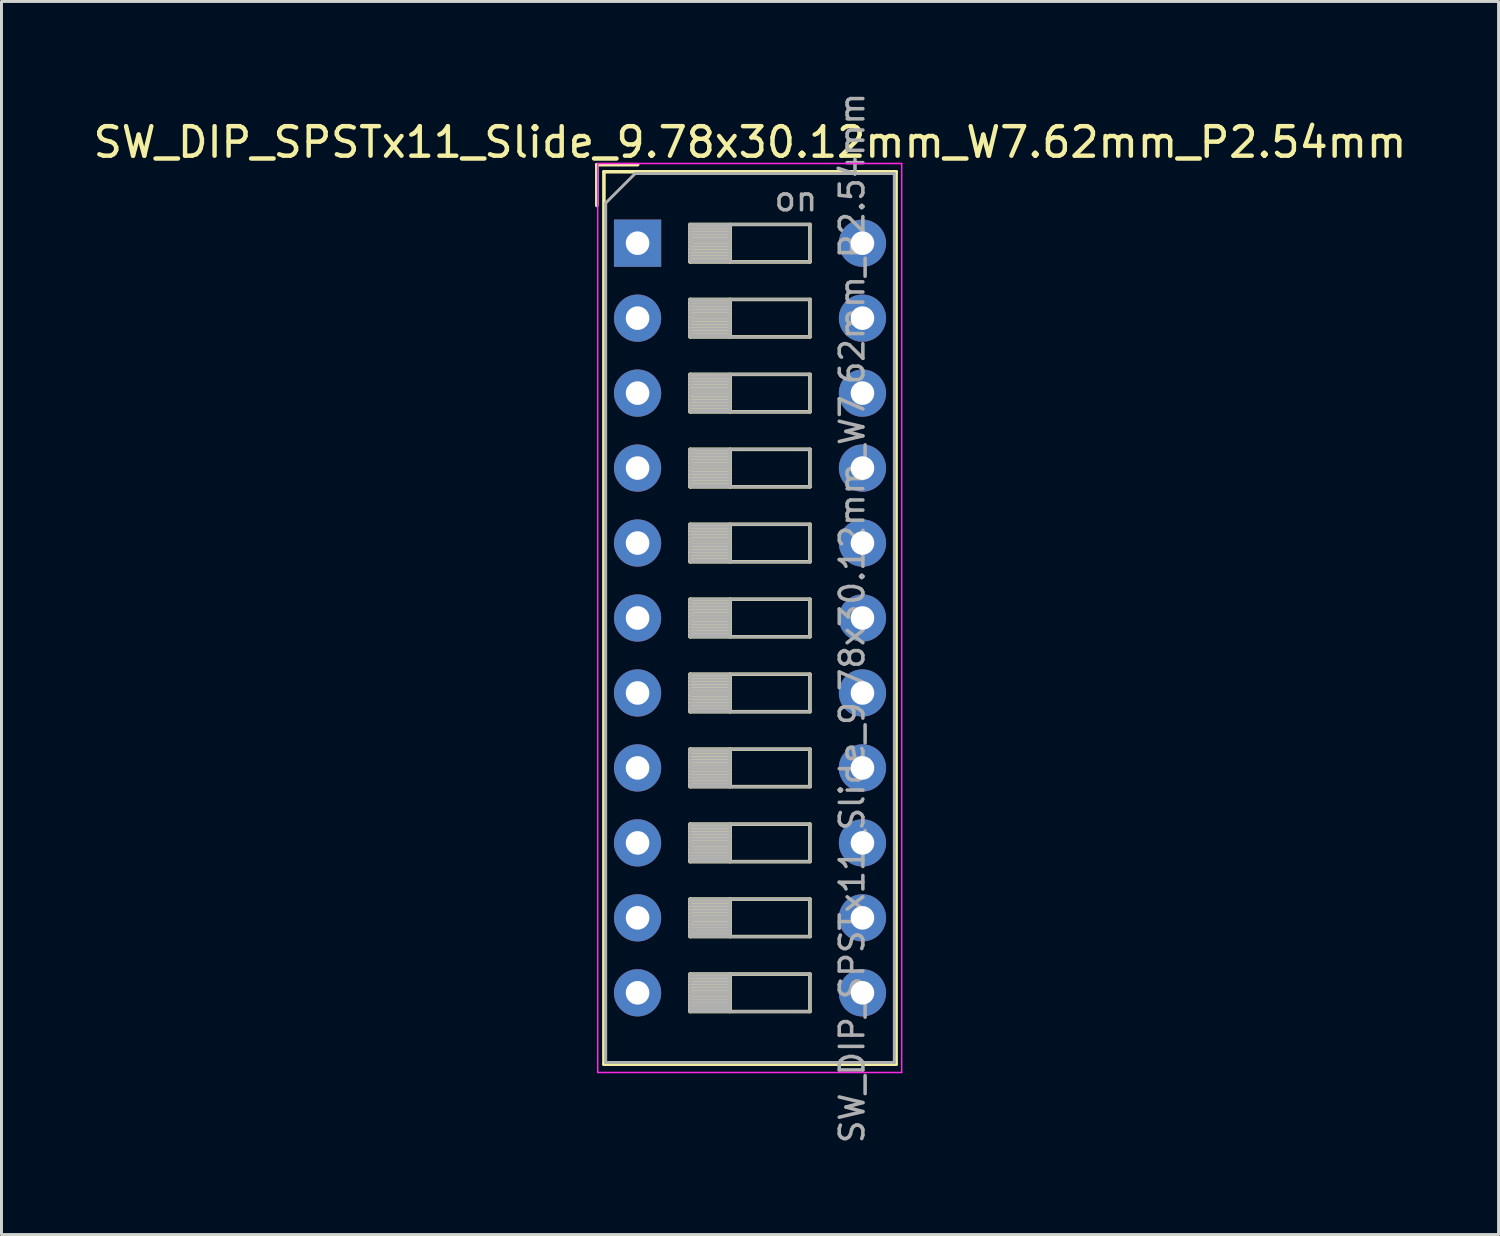
<source format=kicad_pcb>
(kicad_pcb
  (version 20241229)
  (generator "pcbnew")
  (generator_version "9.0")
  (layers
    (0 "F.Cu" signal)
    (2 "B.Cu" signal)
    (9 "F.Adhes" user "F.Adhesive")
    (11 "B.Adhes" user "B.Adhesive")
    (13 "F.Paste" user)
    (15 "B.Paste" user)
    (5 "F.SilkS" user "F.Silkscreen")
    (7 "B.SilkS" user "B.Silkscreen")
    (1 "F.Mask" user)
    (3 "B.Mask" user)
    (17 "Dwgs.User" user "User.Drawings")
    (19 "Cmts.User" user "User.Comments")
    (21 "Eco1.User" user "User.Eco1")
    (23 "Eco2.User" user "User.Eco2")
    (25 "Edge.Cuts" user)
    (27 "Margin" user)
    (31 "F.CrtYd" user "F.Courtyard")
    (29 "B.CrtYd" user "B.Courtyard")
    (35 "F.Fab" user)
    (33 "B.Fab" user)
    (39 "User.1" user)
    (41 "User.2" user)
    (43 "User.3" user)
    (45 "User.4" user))
  (footprint "SW_DIP_SPSTx11_Slide_9.78x30.12mm_W7.62mm_P2.54mm"
    (layer "F.Cu")
    (at 18.553 5.19)
    (property "Reference" "SW_DIP_SPSTx11_Slide_9.78x30.12mm_W7.62mm_P2.54mm" (at 3.81 -3.42 0) (layer "F.SilkS") (effects (font (size 1 1) (thickness 0.15))))
    (attr through_hole)
    (fp_line (start -1.38 -2.66) (end -1.38 -1.277) (stroke (width 0.12) (type solid)) (layer "F.SilkS"))
    (fp_line (start -1.38 -2.66) (end 0.004 -2.66) (stroke (width 0.12) (type solid)) (layer "F.SilkS"))
    (fp_line (start -1.14 -2.42) (end -1.14 27.82) (stroke (width 0.12) (type solid)) (layer "F.SilkS"))
    (fp_line (start -1.14 -2.42) (end 8.76 -2.42) (stroke (width 0.12) (type solid)) (layer "F.SilkS"))
    (fp_line (start -1.14 27.82) (end 8.76 27.82) (stroke (width 0.12) (type solid)) (layer "F.SilkS"))
    (fp_line (start 1.78 -0.635) (end 1.78 0.635) (stroke (width 0.12) (type solid)) (layer "F.SilkS"))
    (fp_line (start 1.78 -0.515) (end 3.133 -0.515) (stroke (width 0.12) (type solid)) (layer "F.SilkS"))
    (fp_line (start 1.78 -0.395) (end 3.133 -0.395) (stroke (width 0.12) (type solid)) (layer "F.SilkS"))
    (fp_line (start 1.78 -0.275) (end 3.133 -0.275) (stroke (width 0.12) (type solid)) (layer "F.SilkS"))
    (fp_line (start 1.78 -0.155) (end 3.133 -0.155) (stroke (width 0.12) (type solid)) (layer "F.SilkS"))
    (fp_line (start 1.78 -0.035) (end 3.133 -0.035) (stroke (width 0.12) (type solid)) (layer "F.SilkS"))
    (fp_line (start 1.78 0.085) (end 3.133 0.085) (stroke (width 0.12) (type solid)) (layer "F.SilkS"))
    (fp_line (start 1.78 0.205) (end 3.133 0.205) (stroke (width 0.12) (type solid)) (layer "F.SilkS"))
    (fp_line (start 1.78 0.325) (end 3.133 0.325) (stroke (width 0.12) (type solid)) (layer "F.SilkS"))
    (fp_line (start 1.78 0.445) (end 3.133 0.445) (stroke (width 0.12) (type solid)) (layer "F.SilkS"))
    (fp_line (start 1.78 0.565) (end 3.133 0.565) (stroke (width 0.12) (type solid)) (layer "F.SilkS"))
    (fp_line (start 1.78 0.635) (end 5.84 0.635) (stroke (width 0.12) (type solid)) (layer "F.SilkS"))
    (fp_line (start 1.78 1.905) (end 1.78 3.175) (stroke (width 0.12) (type solid)) (layer "F.SilkS"))
    (fp_line (start 1.78 2.025) (end 3.133 2.025) (stroke (width 0.12) (type solid)) (layer "F.SilkS"))
    (fp_line (start 1.78 2.145) (end 3.133 2.145) (stroke (width 0.12) (type solid)) (layer "F.SilkS"))
    (fp_line (start 1.78 2.265) (end 3.133 2.265) (stroke (width 0.12) (type solid)) (layer "F.SilkS"))
    (fp_line (start 1.78 2.385) (end 3.133 2.385) (stroke (width 0.12) (type solid)) (layer "F.SilkS"))
    (fp_line (start 1.78 2.505) (end 3.133 2.505) (stroke (width 0.12) (type solid)) (layer "F.SilkS"))
    (fp_line (start 1.78 2.625) (end 3.133 2.625) (stroke (width 0.12) (type solid)) (layer "F.SilkS"))
    (fp_line (start 1.78 2.745) (end 3.133 2.745) (stroke (width 0.12) (type solid)) (layer "F.SilkS"))
    (fp_line (start 1.78 2.865) (end 3.133 2.865) (stroke (width 0.12) (type solid)) (layer "F.SilkS"))
    (fp_line (start 1.78 2.985) (end 3.133 2.985) (stroke (width 0.12) (type solid)) (layer "F.SilkS"))
    (fp_line (start 1.78 3.105) (end 3.133 3.105) (stroke (width 0.12) (type solid)) (layer "F.SilkS"))
    (fp_line (start 1.78 3.175) (end 5.84 3.175) (stroke (width 0.12) (type solid)) (layer "F.SilkS"))
    (fp_line (start 1.78 4.445) (end 1.78 5.715) (stroke (width 0.12) (type solid)) (layer "F.SilkS"))
    (fp_line (start 1.78 4.565) (end 3.133 4.565) (stroke (width 0.12) (type solid)) (layer "F.SilkS"))
    (fp_line (start 1.78 4.685) (end 3.133 4.685) (stroke (width 0.12) (type solid)) (layer "F.SilkS"))
    (fp_line (start 1.78 4.805) (end 3.133 4.805) (stroke (width 0.12) (type solid)) (layer "F.SilkS"))
    (fp_line (start 1.78 4.925) (end 3.133 4.925) (stroke (width 0.12) (type solid)) (layer "F.SilkS"))
    (fp_line (start 1.78 5.045) (end 3.133 5.045) (stroke (width 0.12) (type solid)) (layer "F.SilkS"))
    (fp_line (start 1.78 5.165) (end 3.133 5.165) (stroke (width 0.12) (type solid)) (layer "F.SilkS"))
    (fp_line (start 1.78 5.285) (end 3.133 5.285) (stroke (width 0.12) (type solid)) (layer "F.SilkS"))
    (fp_line (start 1.78 5.405) (end 3.133 5.405) (stroke (width 0.12) (type solid)) (layer "F.SilkS"))
    (fp_line (start 1.78 5.525) (end 3.133 5.525) (stroke (width 0.12) (type solid)) (layer "F.SilkS"))
    (fp_line (start 1.78 5.645) (end 3.133 5.645) (stroke (width 0.12) (type solid)) (layer "F.SilkS"))
    (fp_line (start 1.78 5.715) (end 5.84 5.715) (stroke (width 0.12) (type solid)) (layer "F.SilkS"))
    (fp_line (start 1.78 6.985) (end 1.78 8.255) (stroke (width 0.12) (type solid)) (layer "F.SilkS"))
    (fp_line (start 1.78 7.105) (end 3.133 7.105) (stroke (width 0.12) (type solid)) (layer "F.SilkS"))
    (fp_line (start 1.78 7.225) (end 3.133 7.225) (stroke (width 0.12) (type solid)) (layer "F.SilkS"))
    (fp_line (start 1.78 7.345) (end 3.133 7.345) (stroke (width 0.12) (type solid)) (layer "F.SilkS"))
    (fp_line (start 1.78 7.465) (end 3.133 7.465) (stroke (width 0.12) (type solid)) (layer "F.SilkS"))
    (fp_line (start 1.78 7.585) (end 3.133 7.585) (stroke (width 0.12) (type solid)) (layer "F.SilkS"))
    (fp_line (start 1.78 7.705) (end 3.133 7.705) (stroke (width 0.12) (type solid)) (layer "F.SilkS"))
    (fp_line (start 1.78 7.825) (end 3.133 7.825) (stroke (width 0.12) (type solid)) (layer "F.SilkS"))
    (fp_line (start 1.78 7.945) (end 3.133 7.945) (stroke (width 0.12) (type solid)) (layer "F.SilkS"))
    (fp_line (start 1.78 8.065) (end 3.133 8.065) (stroke (width 0.12) (type solid)) (layer "F.SilkS"))
    (fp_line (start 1.78 8.185) (end 3.133 8.185) (stroke (width 0.12) (type solid)) (layer "F.SilkS"))
    (fp_line (start 1.78 8.255) (end 5.84 8.255) (stroke (width 0.12) (type solid)) (layer "F.SilkS"))
    (fp_line (start 1.78 9.525) (end 1.78 10.795) (stroke (width 0.12) (type solid)) (layer "F.SilkS"))
    (fp_line (start 1.78 9.645) (end 3.133 9.645) (stroke (width 0.12) (type solid)) (layer "F.SilkS"))
    (fp_line (start 1.78 9.765) (end 3.133 9.765) (stroke (width 0.12) (type solid)) (layer "F.SilkS"))
    (fp_line (start 1.78 9.885) (end 3.133 9.885) (stroke (width 0.12) (type solid)) (layer "F.SilkS"))
    (fp_line (start 1.78 10.005) (end 3.133 10.005) (stroke (width 0.12) (type solid)) (layer "F.SilkS"))
    (fp_line (start 1.78 10.125) (end 3.133 10.125) (stroke (width 0.12) (type solid)) (layer "F.SilkS"))
    (fp_line (start 1.78 10.245) (end 3.133 10.245) (stroke (width 0.12) (type solid)) (layer "F.SilkS"))
    (fp_line (start 1.78 10.365) (end 3.133 10.365) (stroke (width 0.12) (type solid)) (layer "F.SilkS"))
    (fp_line (start 1.78 10.485) (end 3.133 10.485) (stroke (width 0.12) (type solid)) (layer "F.SilkS"))
    (fp_line (start 1.78 10.605) (end 3.133 10.605) (stroke (width 0.12) (type solid)) (layer "F.SilkS"))
    (fp_line (start 1.78 10.725) (end 3.133 10.725) (stroke (width 0.12) (type solid)) (layer "F.SilkS"))
    (fp_line (start 1.78 10.795) (end 5.84 10.795) (stroke (width 0.12) (type solid)) (layer "F.SilkS"))
    (fp_line (start 1.78 12.065) (end 1.78 13.335) (stroke (width 0.12) (type solid)) (layer "F.SilkS"))
    (fp_line (start 1.78 12.185) (end 3.133 12.185) (stroke (width 0.12) (type solid)) (layer "F.SilkS"))
    (fp_line (start 1.78 12.305) (end 3.133 12.305) (stroke (width 0.12) (type solid)) (layer "F.SilkS"))
    (fp_line (start 1.78 12.425) (end 3.133 12.425) (stroke (width 0.12) (type solid)) (layer "F.SilkS"))
    (fp_line (start 1.78 12.545) (end 3.133 12.545) (stroke (width 0.12) (type solid)) (layer "F.SilkS"))
    (fp_line (start 1.78 12.665) (end 3.133 12.665) (stroke (width 0.12) (type solid)) (layer "F.SilkS"))
    (fp_line (start 1.78 12.785) (end 3.133 12.785) (stroke (width 0.12) (type solid)) (layer "F.SilkS"))
    (fp_line (start 1.78 12.905) (end 3.133 12.905) (stroke (width 0.12) (type solid)) (layer "F.SilkS"))
    (fp_line (start 1.78 13.025) (end 3.133 13.025) (stroke (width 0.12) (type solid)) (layer "F.SilkS"))
    (fp_line (start 1.78 13.145) (end 3.133 13.145) (stroke (width 0.12) (type solid)) (layer "F.SilkS"))
    (fp_line (start 1.78 13.265) (end 3.133 13.265) (stroke (width 0.12) (type solid)) (layer "F.SilkS"))
    (fp_line (start 1.78 13.335) (end 5.84 13.335) (stroke (width 0.12) (type solid)) (layer "F.SilkS"))
    (fp_line (start 1.78 14.605) (end 1.78 15.875) (stroke (width 0.12) (type solid)) (layer "F.SilkS"))
    (fp_line (start 1.78 14.725) (end 3.133 14.725) (stroke (width 0.12) (type solid)) (layer "F.SilkS"))
    (fp_line (start 1.78 14.845) (end 3.133 14.845) (stroke (width 0.12) (type solid)) (layer "F.SilkS"))
    (fp_line (start 1.78 14.965) (end 3.133 14.965) (stroke (width 0.12) (type solid)) (layer "F.SilkS"))
    (fp_line (start 1.78 15.085) (end 3.133 15.085) (stroke (width 0.12) (type solid)) (layer "F.SilkS"))
    (fp_line (start 1.78 15.205) (end 3.133 15.205) (stroke (width 0.12) (type solid)) (layer "F.SilkS"))
    (fp_line (start 1.78 15.325) (end 3.133 15.325) (stroke (width 0.12) (type solid)) (layer "F.SilkS"))
    (fp_line (start 1.78 15.445) (end 3.133 15.445) (stroke (width 0.12) (type solid)) (layer "F.SilkS"))
    (fp_line (start 1.78 15.565) (end 3.133 15.565) (stroke (width 0.12) (type solid)) (layer "F.SilkS"))
    (fp_line (start 1.78 15.685) (end 3.133 15.685) (stroke (width 0.12) (type solid)) (layer "F.SilkS"))
    (fp_line (start 1.78 15.805) (end 3.133 15.805) (stroke (width 0.12) (type solid)) (layer "F.SilkS"))
    (fp_line (start 1.78 15.875) (end 5.84 15.875) (stroke (width 0.12) (type solid)) (layer "F.SilkS"))
    (fp_line (start 1.78 17.145) (end 1.78 18.415) (stroke (width 0.12) (type solid)) (layer "F.SilkS"))
    (fp_line (start 1.78 17.265) (end 3.133 17.265) (stroke (width 0.12) (type solid)) (layer "F.SilkS"))
    (fp_line (start 1.78 17.385) (end 3.133 17.385) (stroke (width 0.12) (type solid)) (layer "F.SilkS"))
    (fp_line (start 1.78 17.505) (end 3.133 17.505) (stroke (width 0.12) (type solid)) (layer "F.SilkS"))
    (fp_line (start 1.78 17.625) (end 3.133 17.625) (stroke (width 0.12) (type solid)) (layer "F.SilkS"))
    (fp_line (start 1.78 17.745) (end 3.133 17.745) (stroke (width 0.12) (type solid)) (layer "F.SilkS"))
    (fp_line (start 1.78 17.865) (end 3.133 17.865) (stroke (width 0.12) (type solid)) (layer "F.SilkS"))
    (fp_line (start 1.78 17.985) (end 3.133 17.985) (stroke (width 0.12) (type solid)) (layer "F.SilkS"))
    (fp_line (start 1.78 18.105) (end 3.133 18.105) (stroke (width 0.12) (type solid)) (layer "F.SilkS"))
    (fp_line (start 1.78 18.225) (end 3.133 18.225) (stroke (width 0.12) (type solid)) (layer "F.SilkS"))
    (fp_line (start 1.78 18.345) (end 3.133 18.345) (stroke (width 0.12) (type solid)) (layer "F.SilkS"))
    (fp_line (start 1.78 18.415) (end 5.84 18.415) (stroke (width 0.12) (type solid)) (layer "F.SilkS"))
    (fp_line (start 1.78 19.685) (end 1.78 20.955) (stroke (width 0.12) (type solid)) (layer "F.SilkS"))
    (fp_line (start 1.78 19.805) (end 3.133 19.805) (stroke (width 0.12) (type solid)) (layer "F.SilkS"))
    (fp_line (start 1.78 19.925) (end 3.133 19.925) (stroke (width 0.12) (type solid)) (layer "F.SilkS"))
    (fp_line (start 1.78 20.045) (end 3.133 20.045) (stroke (width 0.12) (type solid)) (layer "F.SilkS"))
    (fp_line (start 1.78 20.165) (end 3.133 20.165) (stroke (width 0.12) (type solid)) (layer "F.SilkS"))
    (fp_line (start 1.78 20.285) (end 3.133 20.285) (stroke (width 0.12) (type solid)) (layer "F.SilkS"))
    (fp_line (start 1.78 20.405) (end 3.133 20.405) (stroke (width 0.12) (type solid)) (layer "F.SilkS"))
    (fp_line (start 1.78 20.525) (end 3.133 20.525) (stroke (width 0.12) (type solid)) (layer "F.SilkS"))
    (fp_line (start 1.78 20.645) (end 3.133 20.645) (stroke (width 0.12) (type solid)) (layer "F.SilkS"))
    (fp_line (start 1.78 20.765) (end 3.133 20.765) (stroke (width 0.12) (type solid)) (layer "F.SilkS"))
    (fp_line (start 1.78 20.885) (end 3.133 20.885) (stroke (width 0.12) (type solid)) (layer "F.SilkS"))
    (fp_line (start 1.78 20.955) (end 5.84 20.955) (stroke (width 0.12) (type solid)) (layer "F.SilkS"))
    (fp_line (start 1.78 22.225) (end 1.78 23.495) (stroke (width 0.12) (type solid)) (layer "F.SilkS"))
    (fp_line (start 1.78 22.345) (end 3.133 22.345) (stroke (width 0.12) (type solid)) (layer "F.SilkS"))
    (fp_line (start 1.78 22.465) (end 3.133 22.465) (stroke (width 0.12) (type solid)) (layer "F.SilkS"))
    (fp_line (start 1.78 22.585) (end 3.133 22.585) (stroke (width 0.12) (type solid)) (layer "F.SilkS"))
    (fp_line (start 1.78 22.705) (end 3.133 22.705) (stroke (width 0.12) (type solid)) (layer "F.SilkS"))
    (fp_line (start 1.78 22.825) (end 3.133 22.825) (stroke (width 0.12) (type solid)) (layer "F.SilkS"))
    (fp_line (start 1.78 22.945) (end 3.133 22.945) (stroke (width 0.12) (type solid)) (layer "F.SilkS"))
    (fp_line (start 1.78 23.065) (end 3.133 23.065) (stroke (width 0.12) (type solid)) (layer "F.SilkS"))
    (fp_line (start 1.78 23.185) (end 3.133 23.185) (stroke (width 0.12) (type solid)) (layer "F.SilkS"))
    (fp_line (start 1.78 23.305) (end 3.133 23.305) (stroke (width 0.12) (type solid)) (layer "F.SilkS"))
    (fp_line (start 1.78 23.425) (end 3.133 23.425) (stroke (width 0.12) (type solid)) (layer "F.SilkS"))
    (fp_line (start 1.78 23.495) (end 5.84 23.495) (stroke (width 0.12) (type solid)) (layer "F.SilkS"))
    (fp_line (start 1.78 24.765) (end 1.78 26.035) (stroke (width 0.12) (type solid)) (layer "F.SilkS"))
    (fp_line (start 1.78 24.885) (end 3.133 24.885) (stroke (width 0.12) (type solid)) (layer "F.SilkS"))
    (fp_line (start 1.78 25.005) (end 3.133 25.005) (stroke (width 0.12) (type solid)) (layer "F.SilkS"))
    (fp_line (start 1.78 25.125) (end 3.133 25.125) (stroke (width 0.12) (type solid)) (layer "F.SilkS"))
    (fp_line (start 1.78 25.245) (end 3.133 25.245) (stroke (width 0.12) (type solid)) (layer "F.SilkS"))
    (fp_line (start 1.78 25.365) (end 3.133 25.365) (stroke (width 0.12) (type solid)) (layer "F.SilkS"))
    (fp_line (start 1.78 25.485) (end 3.133 25.485) (stroke (width 0.12) (type solid)) (layer "F.SilkS"))
    (fp_line (start 1.78 25.605) (end 3.133 25.605) (stroke (width 0.12) (type solid)) (layer "F.SilkS"))
    (fp_line (start 1.78 25.725) (end 3.133 25.725) (stroke (width 0.12) (type solid)) (layer "F.SilkS"))
    (fp_line (start 1.78 25.845) (end 3.133 25.845) (stroke (width 0.12) (type solid)) (layer "F.SilkS"))
    (fp_line (start 1.78 25.965) (end 3.133 25.965) (stroke (width 0.12) (type solid)) (layer "F.SilkS"))
    (fp_line (start 1.78 26.035) (end 5.84 26.035) (stroke (width 0.12) (type solid)) (layer "F.SilkS"))
    (fp_line (start 3.133 -0.635) (end 3.133 0.635) (stroke (width 0.12) (type solid)) (layer "F.SilkS"))
    (fp_line (start 3.133 1.905) (end 3.133 3.175) (stroke (width 0.12) (type solid)) (layer "F.SilkS"))
    (fp_line (start 3.133 4.445) (end 3.133 5.715) (stroke (width 0.12) (type solid)) (layer "F.SilkS"))
    (fp_line (start 3.133 6.985) (end 3.133 8.255) (stroke (width 0.12) (type solid)) (layer "F.SilkS"))
    (fp_line (start 3.133 9.525) (end 3.133 10.795) (stroke (width 0.12) (type solid)) (layer "F.SilkS"))
    (fp_line (start 3.133 12.065) (end 3.133 13.335) (stroke (width 0.12) (type solid)) (layer "F.SilkS"))
    (fp_line (start 3.133 14.605) (end 3.133 15.875) (stroke (width 0.12) (type solid)) (layer "F.SilkS"))
    (fp_line (start 3.133 17.145) (end 3.133 18.415) (stroke (width 0.12) (type solid)) (layer "F.SilkS"))
    (fp_line (start 3.133 19.685) (end 3.133 20.955) (stroke (width 0.12) (type solid)) (layer "F.SilkS"))
    (fp_line (start 3.133 22.225) (end 3.133 23.495) (stroke (width 0.12) (type solid)) (layer "F.SilkS"))
    (fp_line (start 3.133 24.765) (end 3.133 26.035) (stroke (width 0.12) (type solid)) (layer "F.SilkS"))
    (fp_line (start 5.84 -0.635) (end 1.78 -0.635) (stroke (width 0.12) (type solid)) (layer "F.SilkS"))
    (fp_line (start 5.84 0.635) (end 5.84 -0.635) (stroke (width 0.12) (type solid)) (layer "F.SilkS"))
    (fp_line (start 5.84 1.905) (end 1.78 1.905) (stroke (width 0.12) (type solid)) (layer "F.SilkS"))
    (fp_line (start 5.84 3.175) (end 5.84 1.905) (stroke (width 0.12) (type solid)) (layer "F.SilkS"))
    (fp_line (start 5.84 4.445) (end 1.78 4.445) (stroke (width 0.12) (type solid)) (layer "F.SilkS"))
    (fp_line (start 5.84 5.715) (end 5.84 4.445) (stroke (width 0.12) (type solid)) (layer "F.SilkS"))
    (fp_line (start 5.84 6.985) (end 1.78 6.985) (stroke (width 0.12) (type solid)) (layer "F.SilkS"))
    (fp_line (start 5.84 8.255) (end 5.84 6.985) (stroke (width 0.12) (type solid)) (layer "F.SilkS"))
    (fp_line (start 5.84 9.525) (end 1.78 9.525) (stroke (width 0.12) (type solid)) (layer "F.SilkS"))
    (fp_line (start 5.84 10.795) (end 5.84 9.525) (stroke (width 0.12) (type solid)) (layer "F.SilkS"))
    (fp_line (start 5.84 12.065) (end 1.78 12.065) (stroke (width 0.12) (type solid)) (layer "F.SilkS"))
    (fp_line (start 5.84 13.335) (end 5.84 12.065) (stroke (width 0.12) (type solid)) (layer "F.SilkS"))
    (fp_line (start 5.84 14.605) (end 1.78 14.605) (stroke (width 0.12) (type solid)) (layer "F.SilkS"))
    (fp_line (start 5.84 15.875) (end 5.84 14.605) (stroke (width 0.12) (type solid)) (layer "F.SilkS"))
    (fp_line (start 5.84 17.145) (end 1.78 17.145) (stroke (width 0.12) (type solid)) (layer "F.SilkS"))
    (fp_line (start 5.84 18.415) (end 5.84 17.145) (stroke (width 0.12) (type solid)) (layer "F.SilkS"))
    (fp_line (start 5.84 19.685) (end 1.78 19.685) (stroke (width 0.12) (type solid)) (layer "F.SilkS"))
    (fp_line (start 5.84 20.955) (end 5.84 19.685) (stroke (width 0.12) (type solid)) (layer "F.SilkS"))
    (fp_line (start 5.84 22.225) (end 1.78 22.225) (stroke (width 0.12) (type solid)) (layer "F.SilkS"))
    (fp_line (start 5.84 23.495) (end 5.84 22.225) (stroke (width 0.12) (type solid)) (layer "F.SilkS"))
    (fp_line (start 5.84 24.765) (end 1.78 24.765) (stroke (width 0.12) (type solid)) (layer "F.SilkS"))
    (fp_line (start 5.84 26.035) (end 5.84 24.765) (stroke (width 0.12) (type solid)) (layer "F.SilkS"))
    (fp_line (start 8.76 -2.42) (end 8.76 27.82) (stroke (width 0.12) (type solid)) (layer "F.SilkS"))
    (fp_line (start -1.35 -2.7) (end -1.35 28.1) (stroke (width 0.05) (type solid)) (layer "F.CrtYd"))
    (fp_line (start -1.35 28.1) (end 8.95 28.1) (stroke (width 0.05) (type solid)) (layer "F.CrtYd"))
    (fp_line (start 8.95 -2.7) (end -1.35 -2.7) (stroke (width 0.05) (type solid)) (layer "F.CrtYd"))
    (fp_line (start 8.95 28.1) (end 8.95 -2.7) (stroke (width 0.05) (type solid)) (layer "F.CrtYd"))
    (fp_line (start -1.08 -1.36) (end -0.08 -2.36) (stroke (width 0.1) (type solid)) (layer "F.Fab"))
    (fp_line (start -1.08 27.76) (end -1.08 -1.36) (stroke (width 0.1) (type solid)) (layer "F.Fab"))
    (fp_line (start -0.08 -2.36) (end 8.7 -2.36) (stroke (width 0.1) (type solid)) (layer "F.Fab"))
    (fp_line (start 1.78 -0.635) (end 1.78 0.635) (stroke (width 0.1) (type solid)) (layer "F.Fab"))
    (fp_line (start 1.78 -0.535) (end 3.133 -0.535) (stroke (width 0.1) (type solid)) (layer "F.Fab"))
    (fp_line (start 1.78 -0.435) (end 3.133 -0.435) (stroke (width 0.1) (type solid)) (layer "F.Fab"))
    (fp_line (start 1.78 -0.335) (end 3.133 -0.335) (stroke (width 0.1) (type solid)) (layer "F.Fab"))
    (fp_line (start 1.78 -0.235) (end 3.133 -0.235) (stroke (width 0.1) (type solid)) (layer "F.Fab"))
    (fp_line (start 1.78 -0.135) (end 3.133 -0.135) (stroke (width 0.1) (type solid)) (layer "F.Fab"))
    (fp_line (start 1.78 -0.035) (end 3.133 -0.035) (stroke (width 0.1) (type solid)) (layer "F.Fab"))
    (fp_line (start 1.78 0.065) (end 3.133 0.065) (stroke (width 0.1) (type solid)) (layer "F.Fab"))
    (fp_line (start 1.78 0.165) (end 3.133 0.165) (stroke (width 0.1) (type solid)) (layer "F.Fab"))
    (fp_line (start 1.78 0.265) (end 3.133 0.265) (stroke (width 0.1) (type solid)) (layer "F.Fab"))
    (fp_line (start 1.78 0.365) (end 3.133 0.365) (stroke (width 0.1) (type solid)) (layer "F.Fab"))
    (fp_line (start 1.78 0.465) (end 3.133 0.465) (stroke (width 0.1) (type solid)) (layer "F.Fab"))
    (fp_line (start 1.78 0.565) (end 3.133 0.565) (stroke (width 0.1) (type solid)) (layer "F.Fab"))
    (fp_line (start 1.78 0.635) (end 5.84 0.635) (stroke (width 0.1) (type solid)) (layer "F.Fab"))
    (fp_line (start 1.78 1.905) (end 1.78 3.175) (stroke (width 0.1) (type solid)) (layer "F.Fab"))
    (fp_line (start 1.78 2.005) (end 3.133 2.005) (stroke (width 0.1) (type solid)) (layer "F.Fab"))
    (fp_line (start 1.78 2.105) (end 3.133 2.105) (stroke (width 0.1) (type solid)) (layer "F.Fab"))
    (fp_line (start 1.78 2.205) (end 3.133 2.205) (stroke (width 0.1) (type solid)) (layer "F.Fab"))
    (fp_line (start 1.78 2.305) (end 3.133 2.305) (stroke (width 0.1) (type solid)) (layer "F.Fab"))
    (fp_line (start 1.78 2.405) (end 3.133 2.405) (stroke (width 0.1) (type solid)) (layer "F.Fab"))
    (fp_line (start 1.78 2.505) (end 3.133 2.505) (stroke (width 0.1) (type solid)) (layer "F.Fab"))
    (fp_line (start 1.78 2.605) (end 3.133 2.605) (stroke (width 0.1) (type solid)) (layer "F.Fab"))
    (fp_line (start 1.78 2.705) (end 3.133 2.705) (stroke (width 0.1) (type solid)) (layer "F.Fab"))
    (fp_line (start 1.78 2.805) (end 3.133 2.805) (stroke (width 0.1) (type solid)) (layer "F.Fab"))
    (fp_line (start 1.78 2.905) (end 3.133 2.905) (stroke (width 0.1) (type solid)) (layer "F.Fab"))
    (fp_line (start 1.78 3.005) (end 3.133 3.005) (stroke (width 0.1) (type solid)) (layer "F.Fab"))
    (fp_line (start 1.78 3.105) (end 3.133 3.105) (stroke (width 0.1) (type solid)) (layer "F.Fab"))
    (fp_line (start 1.78 3.175) (end 5.84 3.175) (stroke (width 0.1) (type solid)) (layer "F.Fab"))
    (fp_line (start 1.78 4.445) (end 1.78 5.715) (stroke (width 0.1) (type solid)) (layer "F.Fab"))
    (fp_line (start 1.78 4.545) (end 3.133 4.545) (stroke (width 0.1) (type solid)) (layer "F.Fab"))
    (fp_line (start 1.78 4.645) (end 3.133 4.645) (stroke (width 0.1) (type solid)) (layer "F.Fab"))
    (fp_line (start 1.78 4.745) (end 3.133 4.745) (stroke (width 0.1) (type solid)) (layer "F.Fab"))
    (fp_line (start 1.78 4.845) (end 3.133 4.845) (stroke (width 0.1) (type solid)) (layer "F.Fab"))
    (fp_line (start 1.78 4.945) (end 3.133 4.945) (stroke (width 0.1) (type solid)) (layer "F.Fab"))
    (fp_line (start 1.78 5.045) (end 3.133 5.045) (stroke (width 0.1) (type solid)) (layer "F.Fab"))
    (fp_line (start 1.78 5.145) (end 3.133 5.145) (stroke (width 0.1) (type solid)) (layer "F.Fab"))
    (fp_line (start 1.78 5.245) (end 3.133 5.245) (stroke (width 0.1) (type solid)) (layer "F.Fab"))
    (fp_line (start 1.78 5.345) (end 3.133 5.345) (stroke (width 0.1) (type solid)) (layer "F.Fab"))
    (fp_line (start 1.78 5.445) (end 3.133 5.445) (stroke (width 0.1) (type solid)) (layer "F.Fab"))
    (fp_line (start 1.78 5.545) (end 3.133 5.545) (stroke (width 0.1) (type solid)) (layer "F.Fab"))
    (fp_line (start 1.78 5.645) (end 3.133 5.645) (stroke (width 0.1) (type solid)) (layer "F.Fab"))
    (fp_line (start 1.78 5.715) (end 5.84 5.715) (stroke (width 0.1) (type solid)) (layer "F.Fab"))
    (fp_line (start 1.78 6.985) (end 1.78 8.255) (stroke (width 0.1) (type solid)) (layer "F.Fab"))
    (fp_line (start 1.78 7.085) (end 3.133 7.085) (stroke (width 0.1) (type solid)) (layer "F.Fab"))
    (fp_line (start 1.78 7.185) (end 3.133 7.185) (stroke (width 0.1) (type solid)) (layer "F.Fab"))
    (fp_line (start 1.78 7.285) (end 3.133 7.285) (stroke (width 0.1) (type solid)) (layer "F.Fab"))
    (fp_line (start 1.78 7.385) (end 3.133 7.385) (stroke (width 0.1) (type solid)) (layer "F.Fab"))
    (fp_line (start 1.78 7.485) (end 3.133 7.485) (stroke (width 0.1) (type solid)) (layer "F.Fab"))
    (fp_line (start 1.78 7.585) (end 3.133 7.585) (stroke (width 0.1) (type solid)) (layer "F.Fab"))
    (fp_line (start 1.78 7.685) (end 3.133 7.685) (stroke (width 0.1) (type solid)) (layer "F.Fab"))
    (fp_line (start 1.78 7.785) (end 3.133 7.785) (stroke (width 0.1) (type solid)) (layer "F.Fab"))
    (fp_line (start 1.78 7.885) (end 3.133 7.885) (stroke (width 0.1) (type solid)) (layer "F.Fab"))
    (fp_line (start 1.78 7.985) (end 3.133 7.985) (stroke (width 0.1) (type solid)) (layer "F.Fab"))
    (fp_line (start 1.78 8.085) (end 3.133 8.085) (stroke (width 0.1) (type solid)) (layer "F.Fab"))
    (fp_line (start 1.78 8.185) (end 3.133 8.185) (stroke (width 0.1) (type solid)) (layer "F.Fab"))
    (fp_line (start 1.78 8.255) (end 5.84 8.255) (stroke (width 0.1) (type solid)) (layer "F.Fab"))
    (fp_line (start 1.78 9.525) (end 1.78 10.795) (stroke (width 0.1) (type solid)) (layer "F.Fab"))
    (fp_line (start 1.78 9.625) (end 3.133 9.625) (stroke (width 0.1) (type solid)) (layer "F.Fab"))
    (fp_line (start 1.78 9.725) (end 3.133 9.725) (stroke (width 0.1) (type solid)) (layer "F.Fab"))
    (fp_line (start 1.78 9.825) (end 3.133 9.825) (stroke (width 0.1) (type solid)) (layer "F.Fab"))
    (fp_line (start 1.78 9.925) (end 3.133 9.925) (stroke (width 0.1) (type solid)) (layer "F.Fab"))
    (fp_line (start 1.78 10.025) (end 3.133 10.025) (stroke (width 0.1) (type solid)) (layer "F.Fab"))
    (fp_line (start 1.78 10.125) (end 3.133 10.125) (stroke (width 0.1) (type solid)) (layer "F.Fab"))
    (fp_line (start 1.78 10.225) (end 3.133 10.225) (stroke (width 0.1) (type solid)) (layer "F.Fab"))
    (fp_line (start 1.78 10.325) (end 3.133 10.325) (stroke (width 0.1) (type solid)) (layer "F.Fab"))
    (fp_line (start 1.78 10.425) (end 3.133 10.425) (stroke (width 0.1) (type solid)) (layer "F.Fab"))
    (fp_line (start 1.78 10.525) (end 3.133 10.525) (stroke (width 0.1) (type solid)) (layer "F.Fab"))
    (fp_line (start 1.78 10.625) (end 3.133 10.625) (stroke (width 0.1) (type solid)) (layer "F.Fab"))
    (fp_line (start 1.78 10.725) (end 3.133 10.725) (stroke (width 0.1) (type solid)) (layer "F.Fab"))
    (fp_line (start 1.78 10.795) (end 5.84 10.795) (stroke (width 0.1) (type solid)) (layer "F.Fab"))
    (fp_line (start 1.78 12.065) (end 1.78 13.335) (stroke (width 0.1) (type solid)) (layer "F.Fab"))
    (fp_line (start 1.78 12.165) (end 3.133 12.165) (stroke (width 0.1) (type solid)) (layer "F.Fab"))
    (fp_line (start 1.78 12.265) (end 3.133 12.265) (stroke (width 0.1) (type solid)) (layer "F.Fab"))
    (fp_line (start 1.78 12.365) (end 3.133 12.365) (stroke (width 0.1) (type solid)) (layer "F.Fab"))
    (fp_line (start 1.78 12.465) (end 3.133 12.465) (stroke (width 0.1) (type solid)) (layer "F.Fab"))
    (fp_line (start 1.78 12.565) (end 3.133 12.565) (stroke (width 0.1) (type solid)) (layer "F.Fab"))
    (fp_line (start 1.78 12.665) (end 3.133 12.665) (stroke (width 0.1) (type solid)) (layer "F.Fab"))
    (fp_line (start 1.78 12.765) (end 3.133 12.765) (stroke (width 0.1) (type solid)) (layer "F.Fab"))
    (fp_line (start 1.78 12.865) (end 3.133 12.865) (stroke (width 0.1) (type solid)) (layer "F.Fab"))
    (fp_line (start 1.78 12.965) (end 3.133 12.965) (stroke (width 0.1) (type solid)) (layer "F.Fab"))
    (fp_line (start 1.78 13.065) (end 3.133 13.065) (stroke (width 0.1) (type solid)) (layer "F.Fab"))
    (fp_line (start 1.78 13.165) (end 3.133 13.165) (stroke (width 0.1) (type solid)) (layer "F.Fab"))
    (fp_line (start 1.78 13.265) (end 3.133 13.265) (stroke (width 0.1) (type solid)) (layer "F.Fab"))
    (fp_line (start 1.78 13.335) (end 5.84 13.335) (stroke (width 0.1) (type solid)) (layer "F.Fab"))
    (fp_line (start 1.78 14.605) (end 1.78 15.875) (stroke (width 0.1) (type solid)) (layer "F.Fab"))
    (fp_line (start 1.78 14.705) (end 3.133 14.705) (stroke (width 0.1) (type solid)) (layer "F.Fab"))
    (fp_line (start 1.78 14.805) (end 3.133 14.805) (stroke (width 0.1) (type solid)) (layer "F.Fab"))
    (fp_line (start 1.78 14.905) (end 3.133 14.905) (stroke (width 0.1) (type solid)) (layer "F.Fab"))
    (fp_line (start 1.78 15.005) (end 3.133 15.005) (stroke (width 0.1) (type solid)) (layer "F.Fab"))
    (fp_line (start 1.78 15.105) (end 3.133 15.105) (stroke (width 0.1) (type solid)) (layer "F.Fab"))
    (fp_line (start 1.78 15.205) (end 3.133 15.205) (stroke (width 0.1) (type solid)) (layer "F.Fab"))
    (fp_line (start 1.78 15.305) (end 3.133 15.305) (stroke (width 0.1) (type solid)) (layer "F.Fab"))
    (fp_line (start 1.78 15.405) (end 3.133 15.405) (stroke (width 0.1) (type solid)) (layer "F.Fab"))
    (fp_line (start 1.78 15.505) (end 3.133 15.505) (stroke (width 0.1) (type solid)) (layer "F.Fab"))
    (fp_line (start 1.78 15.605) (end 3.133 15.605) (stroke (width 0.1) (type solid)) (layer "F.Fab"))
    (fp_line (start 1.78 15.705) (end 3.133 15.705) (stroke (width 0.1) (type solid)) (layer "F.Fab"))
    (fp_line (start 1.78 15.805) (end 3.133 15.805) (stroke (width 0.1) (type solid)) (layer "F.Fab"))
    (fp_line (start 1.78 15.875) (end 5.84 15.875) (stroke (width 0.1) (type solid)) (layer "F.Fab"))
    (fp_line (start 1.78 17.145) (end 1.78 18.415) (stroke (width 0.1) (type solid)) (layer "F.Fab"))
    (fp_line (start 1.78 17.245) (end 3.133 17.245) (stroke (width 0.1) (type solid)) (layer "F.Fab"))
    (fp_line (start 1.78 17.345) (end 3.133 17.345) (stroke (width 0.1) (type solid)) (layer "F.Fab"))
    (fp_line (start 1.78 17.445) (end 3.133 17.445) (stroke (width 0.1) (type solid)) (layer "F.Fab"))
    (fp_line (start 1.78 17.545) (end 3.133 17.545) (stroke (width 0.1) (type solid)) (layer "F.Fab"))
    (fp_line (start 1.78 17.645) (end 3.133 17.645) (stroke (width 0.1) (type solid)) (layer "F.Fab"))
    (fp_line (start 1.78 17.745) (end 3.133 17.745) (stroke (width 0.1) (type solid)) (layer "F.Fab"))
    (fp_line (start 1.78 17.845) (end 3.133 17.845) (stroke (width 0.1) (type solid)) (layer "F.Fab"))
    (fp_line (start 1.78 17.945) (end 3.133 17.945) (stroke (width 0.1) (type solid)) (layer "F.Fab"))
    (fp_line (start 1.78 18.045) (end 3.133 18.045) (stroke (width 0.1) (type solid)) (layer "F.Fab"))
    (fp_line (start 1.78 18.145) (end 3.133 18.145) (stroke (width 0.1) (type solid)) (layer "F.Fab"))
    (fp_line (start 1.78 18.245) (end 3.133 18.245) (stroke (width 0.1) (type solid)) (layer "F.Fab"))
    (fp_line (start 1.78 18.345) (end 3.133 18.345) (stroke (width 0.1) (type solid)) (layer "F.Fab"))
    (fp_line (start 1.78 18.415) (end 5.84 18.415) (stroke (width 0.1) (type solid)) (layer "F.Fab"))
    (fp_line (start 1.78 19.685) (end 1.78 20.955) (stroke (width 0.1) (type solid)) (layer "F.Fab"))
    (fp_line (start 1.78 19.785) (end 3.133 19.785) (stroke (width 0.1) (type solid)) (layer "F.Fab"))
    (fp_line (start 1.78 19.885) (end 3.133 19.885) (stroke (width 0.1) (type solid)) (layer "F.Fab"))
    (fp_line (start 1.78 19.985) (end 3.133 19.985) (stroke (width 0.1) (type solid)) (layer "F.Fab"))
    (fp_line (start 1.78 20.085) (end 3.133 20.085) (stroke (width 0.1) (type solid)) (layer "F.Fab"))
    (fp_line (start 1.78 20.185) (end 3.133 20.185) (stroke (width 0.1) (type solid)) (layer "F.Fab"))
    (fp_line (start 1.78 20.285) (end 3.133 20.285) (stroke (width 0.1) (type solid)) (layer "F.Fab"))
    (fp_line (start 1.78 20.385) (end 3.133 20.385) (stroke (width 0.1) (type solid)) (layer "F.Fab"))
    (fp_line (start 1.78 20.485) (end 3.133 20.485) (stroke (width 0.1) (type solid)) (layer "F.Fab"))
    (fp_line (start 1.78 20.585) (end 3.133 20.585) (stroke (width 0.1) (type solid)) (layer "F.Fab"))
    (fp_line (start 1.78 20.685) (end 3.133 20.685) (stroke (width 0.1) (type solid)) (layer "F.Fab"))
    (fp_line (start 1.78 20.785) (end 3.133 20.785) (stroke (width 0.1) (type solid)) (layer "F.Fab"))
    (fp_line (start 1.78 20.885) (end 3.133 20.885) (stroke (width 0.1) (type solid)) (layer "F.Fab"))
    (fp_line (start 1.78 20.955) (end 5.84 20.955) (stroke (width 0.1) (type solid)) (layer "F.Fab"))
    (fp_line (start 1.78 22.225) (end 1.78 23.495) (stroke (width 0.1) (type solid)) (layer "F.Fab"))
    (fp_line (start 1.78 22.325) (end 3.133 22.325) (stroke (width 0.1) (type solid)) (layer "F.Fab"))
    (fp_line (start 1.78 22.425) (end 3.133 22.425) (stroke (width 0.1) (type solid)) (layer "F.Fab"))
    (fp_line (start 1.78 22.525) (end 3.133 22.525) (stroke (width 0.1) (type solid)) (layer "F.Fab"))
    (fp_line (start 1.78 22.625) (end 3.133 22.625) (stroke (width 0.1) (type solid)) (layer "F.Fab"))
    (fp_line (start 1.78 22.725) (end 3.133 22.725) (stroke (width 0.1) (type solid)) (layer "F.Fab"))
    (fp_line (start 1.78 22.825) (end 3.133 22.825) (stroke (width 0.1) (type solid)) (layer "F.Fab"))
    (fp_line (start 1.78 22.925) (end 3.133 22.925) (stroke (width 0.1) (type solid)) (layer "F.Fab"))
    (fp_line (start 1.78 23.025) (end 3.133 23.025) (stroke (width 0.1) (type solid)) (layer "F.Fab"))
    (fp_line (start 1.78 23.125) (end 3.133 23.125) (stroke (width 0.1) (type solid)) (layer "F.Fab"))
    (fp_line (start 1.78 23.225) (end 3.133 23.225) (stroke (width 0.1) (type solid)) (layer "F.Fab"))
    (fp_line (start 1.78 23.325) (end 3.133 23.325) (stroke (width 0.1) (type solid)) (layer "F.Fab"))
    (fp_line (start 1.78 23.425) (end 3.133 23.425) (stroke (width 0.1) (type solid)) (layer "F.Fab"))
    (fp_line (start 1.78 23.495) (end 5.84 23.495) (stroke (width 0.1) (type solid)) (layer "F.Fab"))
    (fp_line (start 1.78 24.765) (end 1.78 26.035) (stroke (width 0.1) (type solid)) (layer "F.Fab"))
    (fp_line (start 1.78 24.865) (end 3.133 24.865) (stroke (width 0.1) (type solid)) (layer "F.Fab"))
    (fp_line (start 1.78 24.965) (end 3.133 24.965) (stroke (width 0.1) (type solid)) (layer "F.Fab"))
    (fp_line (start 1.78 25.065) (end 3.133 25.065) (stroke (width 0.1) (type solid)) (layer "F.Fab"))
    (fp_line (start 1.78 25.165) (end 3.133 25.165) (stroke (width 0.1) (type solid)) (layer "F.Fab"))
    (fp_line (start 1.78 25.265) (end 3.133 25.265) (stroke (width 0.1) (type solid)) (layer "F.Fab"))
    (fp_line (start 1.78 25.365) (end 3.133 25.365) (stroke (width 0.1) (type solid)) (layer "F.Fab"))
    (fp_line (start 1.78 25.465) (end 3.133 25.465) (stroke (width 0.1) (type solid)) (layer "F.Fab"))
    (fp_line (start 1.78 25.565) (end 3.133 25.565) (stroke (width 0.1) (type solid)) (layer "F.Fab"))
    (fp_line (start 1.78 25.665) (end 3.133 25.665) (stroke (width 0.1) (type solid)) (layer "F.Fab"))
    (fp_line (start 1.78 25.765) (end 3.133 25.765) (stroke (width 0.1) (type solid)) (layer "F.Fab"))
    (fp_line (start 1.78 25.865) (end 3.133 25.865) (stroke (width 0.1) (type solid)) (layer "F.Fab"))
    (fp_line (start 1.78 25.965) (end 3.133 25.965) (stroke (width 0.1) (type solid)) (layer "F.Fab"))
    (fp_line (start 1.78 26.035) (end 5.84 26.035) (stroke (width 0.1) (type solid)) (layer "F.Fab"))
    (fp_line (start 3.133 -0.635) (end 3.133 0.635) (stroke (width 0.1) (type solid)) (layer "F.Fab"))
    (fp_line (start 3.133 1.905) (end 3.133 3.175) (stroke (width 0.1) (type solid)) (layer "F.Fab"))
    (fp_line (start 3.133 4.445) (end 3.133 5.715) (stroke (width 0.1) (type solid)) (layer "F.Fab"))
    (fp_line (start 3.133 6.985) (end 3.133 8.255) (stroke (width 0.1) (type solid)) (layer "F.Fab"))
    (fp_line (start 3.133 9.525) (end 3.133 10.795) (stroke (width 0.1) (type solid)) (layer "F.Fab"))
    (fp_line (start 3.133 12.065) (end 3.133 13.335) (stroke (width 0.1) (type solid)) (layer "F.Fab"))
    (fp_line (start 3.133 14.605) (end 3.133 15.875) (stroke (width 0.1) (type solid)) (layer "F.Fab"))
    (fp_line (start 3.133 17.145) (end 3.133 18.415) (stroke (width 0.1) (type solid)) (layer "F.Fab"))
    (fp_line (start 3.133 19.685) (end 3.133 20.955) (stroke (width 0.1) (type solid)) (layer "F.Fab"))
    (fp_line (start 3.133 22.225) (end 3.133 23.495) (stroke (width 0.1) (type solid)) (layer "F.Fab"))
    (fp_line (start 3.133 24.765) (end 3.133 26.035) (stroke (width 0.1) (type solid)) (layer "F.Fab"))
    (fp_line (start 5.84 -0.635) (end 1.78 -0.635) (stroke (width 0.1) (type solid)) (layer "F.Fab"))
    (fp_line (start 5.84 0.635) (end 5.84 -0.635) (stroke (width 0.1) (type solid)) (layer "F.Fab"))
    (fp_line (start 5.84 1.905) (end 1.78 1.905) (stroke (width 0.1) (type solid)) (layer "F.Fab"))
    (fp_line (start 5.84 3.175) (end 5.84 1.905) (stroke (width 0.1) (type solid)) (layer "F.Fab"))
    (fp_line (start 5.84 4.445) (end 1.78 4.445) (stroke (width 0.1) (type solid)) (layer "F.Fab"))
    (fp_line (start 5.84 5.715) (end 5.84 4.445) (stroke (width 0.1) (type solid)) (layer "F.Fab"))
    (fp_line (start 5.84 6.985) (end 1.78 6.985) (stroke (width 0.1) (type solid)) (layer "F.Fab"))
    (fp_line (start 5.84 8.255) (end 5.84 6.985) (stroke (width 0.1) (type solid)) (layer "F.Fab"))
    (fp_line (start 5.84 9.525) (end 1.78 9.525) (stroke (width 0.1) (type solid)) (layer "F.Fab"))
    (fp_line (start 5.84 10.795) (end 5.84 9.525) (stroke (width 0.1) (type solid)) (layer "F.Fab"))
    (fp_line (start 5.84 12.065) (end 1.78 12.065) (stroke (width 0.1) (type solid)) (layer "F.Fab"))
    (fp_line (start 5.84 13.335) (end 5.84 12.065) (stroke (width 0.1) (type solid)) (layer "F.Fab"))
    (fp_line (start 5.84 14.605) (end 1.78 14.605) (stroke (width 0.1) (type solid)) (layer "F.Fab"))
    (fp_line (start 5.84 15.875) (end 5.84 14.605) (stroke (width 0.1) (type solid)) (layer "F.Fab"))
    (fp_line (start 5.84 17.145) (end 1.78 17.145) (stroke (width 0.1) (type solid)) (layer "F.Fab"))
    (fp_line (start 5.84 18.415) (end 5.84 17.145) (stroke (width 0.1) (type solid)) (layer "F.Fab"))
    (fp_line (start 5.84 19.685) (end 1.78 19.685) (stroke (width 0.1) (type solid)) (layer "F.Fab"))
    (fp_line (start 5.84 20.955) (end 5.84 19.685) (stroke (width 0.1) (type solid)) (layer "F.Fab"))
    (fp_line (start 5.84 22.225) (end 1.78 22.225) (stroke (width 0.1) (type solid)) (layer "F.Fab"))
    (fp_line (start 5.84 23.495) (end 5.84 22.225) (stroke (width 0.1) (type solid)) (layer "F.Fab"))
    (fp_line (start 5.84 24.765) (end 1.78 24.765) (stroke (width 0.1) (type solid)) (layer "F.Fab"))
    (fp_line (start 5.84 26.035) (end 5.84 24.765) (stroke (width 0.1) (type solid)) (layer "F.Fab"))
    (fp_line (start 8.7 -2.36) (end 8.7 27.76) (stroke (width 0.1) (type solid)) (layer "F.Fab"))
    (fp_line (start 8.7 27.76) (end -1.08 27.76) (stroke (width 0.1) (type solid)) (layer "F.Fab"))
    (fp_text user "${REFERENCE}" (at 7.27 12.7 90) (layer "F.Fab") (effects (font (size 0.8 0.8) (thickness 0.12))))
    (fp_text user "on" (at 5.365 -1.498 0) (layer "F.Fab") (effects (font (size 0.8 0.8) (thickness 0.12))))
    (pad "1" thru_hole rect (at 0 0) (size 1.6 1.6) (drill 0.8) (layers "*.Cu" "*.Mask"))
    (pad "2" thru_hole oval (at 0 2.54) (size 1.6 1.6) (drill 0.8) (layers "*.Cu" "*.Mask"))
    (pad "3" thru_hole oval (at 0 5.08) (size 1.6 1.6) (drill 0.8) (layers "*.Cu" "*.Mask"))
    (pad "4" thru_hole oval (at 0 7.62) (size 1.6 1.6) (drill 0.8) (layers "*.Cu" "*.Mask"))
    (pad "5" thru_hole oval (at 0 10.16) (size 1.6 1.6) (drill 0.8) (layers "*.Cu" "*.Mask"))
    (pad "6" thru_hole oval (at 0 12.7) (size 1.6 1.6) (drill 0.8) (layers "*.Cu" "*.Mask"))
    (pad "7" thru_hole oval (at 0 15.24) (size 1.6 1.6) (drill 0.8) (layers "*.Cu" "*.Mask"))
    (pad "8" thru_hole oval (at 0 17.78) (size 1.6 1.6) (drill 0.8) (layers "*.Cu" "*.Mask"))
    (pad "9" thru_hole oval (at 0 20.32) (size 1.6 1.6) (drill 0.8) (layers "*.Cu" "*.Mask"))
    (pad "10" thru_hole oval (at 0 22.86) (size 1.6 1.6) (drill 0.8) (layers "*.Cu" "*.Mask"))
    (pad "11" thru_hole oval (at 0 25.4) (size 1.6 1.6) (drill 0.8) (layers "*.Cu" "*.Mask"))
    (pad "12" thru_hole oval (at 7.62 25.4) (size 1.6 1.6) (drill 0.8) (layers "*.Cu" "*.Mask"))
    (pad "13" thru_hole oval (at 7.62 22.86) (size 1.6 1.6) (drill 0.8) (layers "*.Cu" "*.Mask"))
    (pad "14" thru_hole oval (at 7.62 20.32) (size 1.6 1.6) (drill 0.8) (layers "*.Cu" "*.Mask"))
    (pad "15" thru_hole oval (at 7.62 17.78) (size 1.6 1.6) (drill 0.8) (layers "*.Cu" "*.Mask"))
    (pad "16" thru_hole oval (at 7.62 15.24) (size 1.6 1.6) (drill 0.8) (layers "*.Cu" "*.Mask"))
    (pad "17" thru_hole oval (at 7.62 12.7) (size 1.6 1.6) (drill 0.8) (layers "*.Cu" "*.Mask"))
    (pad "18" thru_hole oval (at 7.62 10.16) (size 1.6 1.6) (drill 0.8) (layers "*.Cu" "*.Mask"))
    (pad "19" thru_hole oval (at 7.62 7.62) (size 1.6 1.6) (drill 0.8) (layers "*.Cu" "*.Mask"))
    (pad "20" thru_hole oval (at 7.62 5.08) (size 1.6 1.6) (drill 0.8) (layers "*.Cu" "*.Mask"))
    (pad "21" thru_hole oval (at 7.62 2.54) (size 1.6 1.6) (drill 0.8) (layers "*.Cu" "*.Mask"))
    (pad "22" thru_hole oval (at 7.62 0) (size 1.6 1.6) (drill 0.8) (layers "*.Cu" "*.Mask")))
  (gr_rect
    (start -3 -3)
    (end 47.726 38.781)
    (stroke (width 0.1) (type default))
    (fill no)
    (layer "Edge.Cuts")))
</source>
